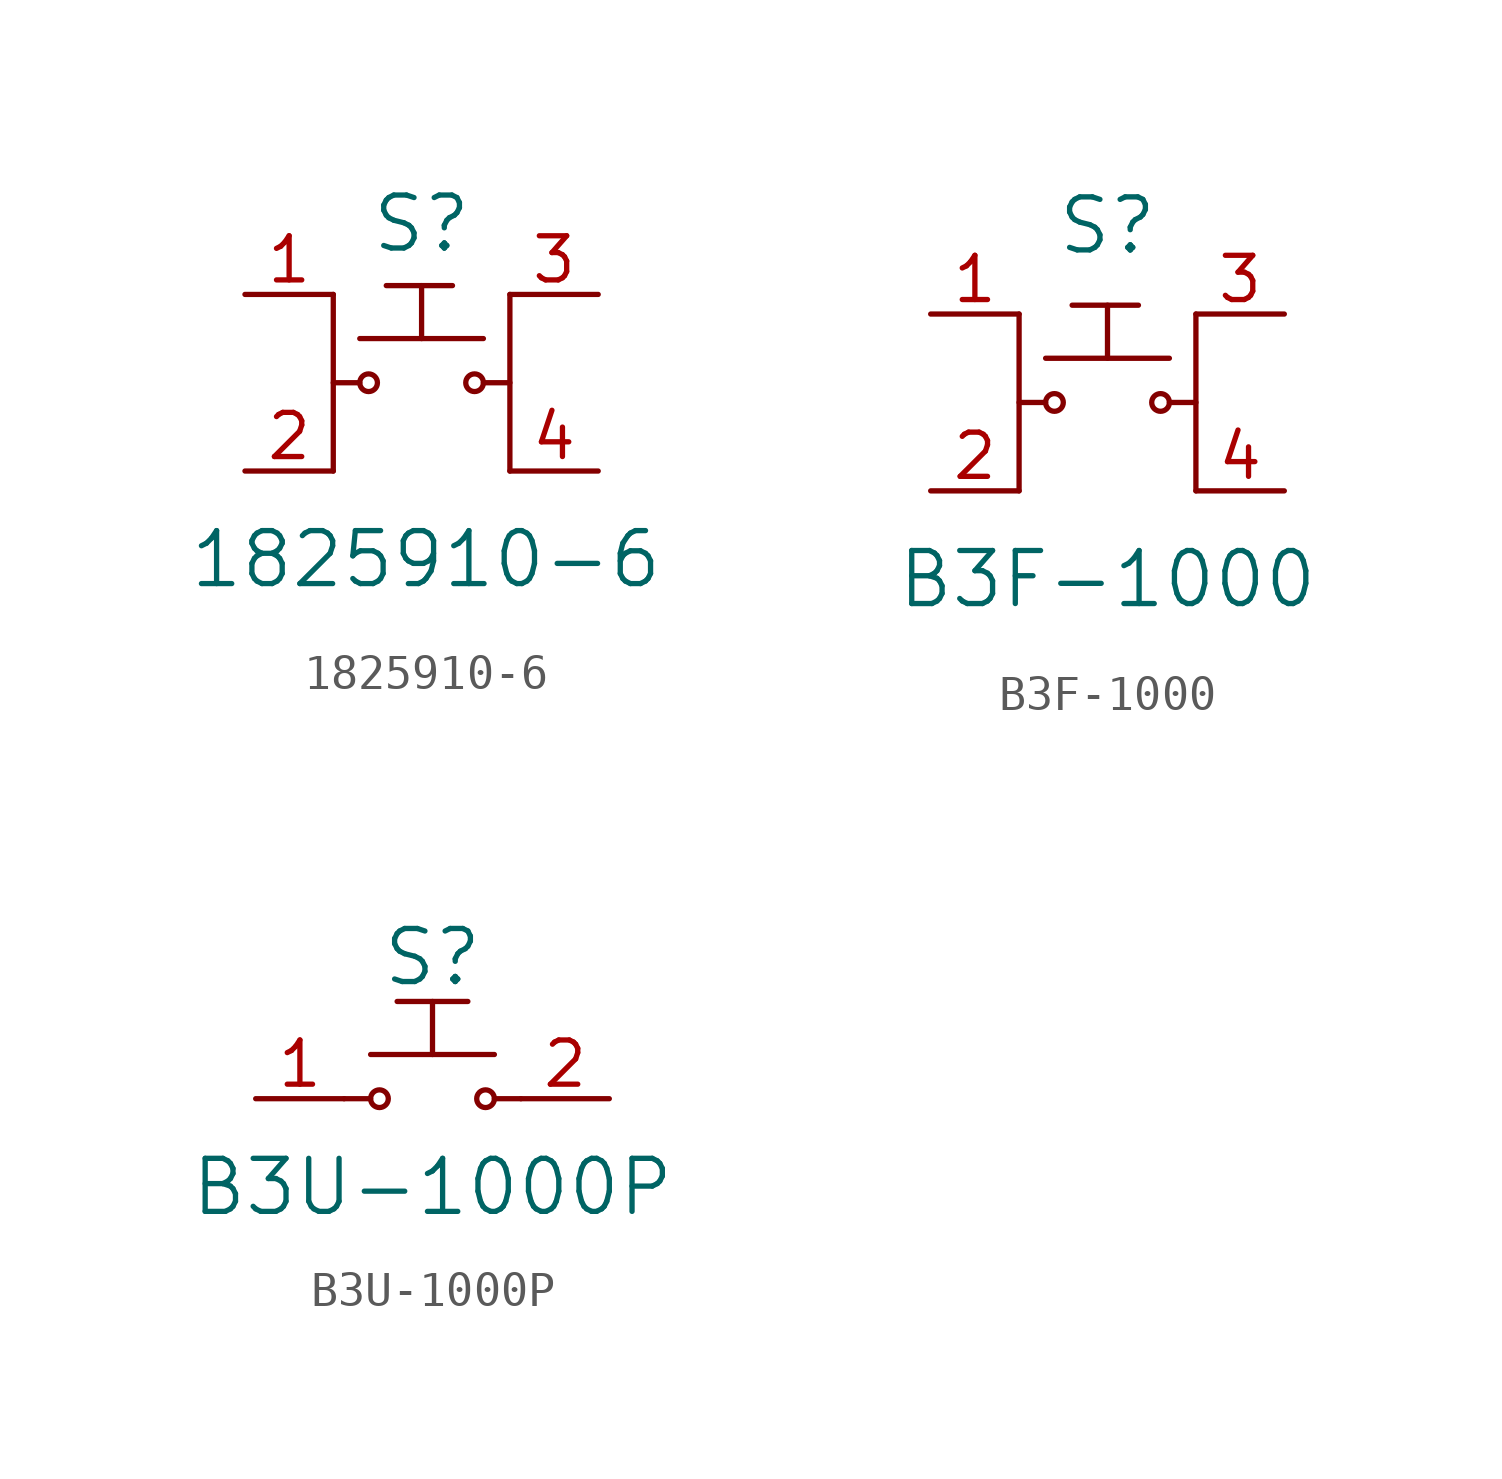
<source format=kicad_sym>
(kicad_symbol_lib
  (version 20220914)
  (generator kicad_symbol_editor)
  (symbol "1825910-6"
    (pin_names
      (offset 1.016))
    (property "Reference" "S"
      (at 0 4.572 0)
      (effects (font (size 1.524 1.524))))
    (property "Value" "1825910-6"
      (at 0.127 -5.08 0)
      (effects (font (size 1.524 1.524))))
    (symbol "1825910-6_0_1"
      (circle (center -1.524 0) (radius 0.254) (stroke (width 0) (type solid)) (fill (type none)))
      (polyline (pts (xy -2.54 2.54) (xy -2.54 -2.54)) (stroke (width 0) (type solid)) (fill (type none)))
      (polyline (pts (xy -1.778 0) (xy -2.54 0)) (stroke (width 0) (type solid)) (fill (type none)))
      (polyline (pts (xy -1.778 1.27) (xy 1.778 1.27)) (stroke (width 0) (type solid)) (fill (type none)))
      (polyline (pts (xy 2.54 -2.54) (xy 2.54 2.54)) (stroke (width 0) (type solid)) (fill (type none)))
      (polyline (pts (xy 2.54 0) (xy 1.778 0)) (stroke (width 0) (type solid)) (fill (type none)))
      (circle (center 1.524 0) (radius 0.254) (stroke (width 0) (type solid)) (fill (type none))))
    (symbol "1825910-6_1_1"
      (polyline (pts (xy -1.016 2.794) (xy 0.889 2.794)) (stroke (width 0) (type solid)) (fill (type none)))
      (polyline (pts (xy 0 2.794) (xy 0 1.27)) (stroke (width 0) (type solid)) (fill (type none)))
      (pin passive line (at -5.08 2.54 0) (length 2.54) (name "~" (effects (font (size 1.27 1.27)))) (number "1" (effects (font (size 1.27 1.27)))))
      (pin passive line (at -5.08 -2.54 0) (length 2.54) (name "~" (effects (font (size 1.27 1.27)))) (number "2" (effects (font (size 1.27 1.27)))))
      (pin passive line (at 5.08 2.54 180) (length 2.54) (name "~" (effects (font (size 1.27 1.27)))) (number "3" (effects (font (size 1.27 1.27)))))
      (pin passive line (at 5.08 -2.54 180) (length 2.54) (name "~" (effects (font (size 1.27 1.27)))) (number "4" (effects (font (size 1.27 1.27)))))))
  (symbol "B3F-1000"
    (pin_names
      (offset 1.016))
    (property "Reference" "S"
      (at 0 5.08 0)
      (effects (font (size 1.524 1.524))))
    (property "Value" "B3F-1000"
      (at 0 -5.08 0)
      (effects (font (size 1.524 1.524))))
    (symbol "B3F-1000_0_1"
      (circle (center -1.524 0) (radius 0.254) (stroke (width 0) (type solid)) (fill (type none)))
      (polyline (pts (xy -2.54 2.54) (xy -2.54 -2.54)) (stroke (width 0) (type solid)) (fill (type none)))
      (polyline (pts (xy -1.778 0) (xy -2.54 0)) (stroke (width 0) (type solid)) (fill (type none)))
      (polyline (pts (xy -1.778 1.27) (xy 1.778 1.27)) (stroke (width 0) (type solid)) (fill (type none)))
      (polyline (pts (xy 2.54 -2.54) (xy 2.54 2.54)) (stroke (width 0) (type solid)) (fill (type none)))
      (polyline (pts (xy 2.54 0) (xy 1.778 0)) (stroke (width 0) (type solid)) (fill (type none)))
      (circle (center 1.524 0) (radius 0.254) (stroke (width 0) (type solid)) (fill (type none))))
    (symbol "B3F-1000_1_1"
      (polyline (pts (xy -1.016 2.794) (xy 0.889 2.794)) (stroke (width 0) (type solid)) (fill (type none)))
      (polyline (pts (xy 0 2.794) (xy 0 1.27)) (stroke (width 0) (type solid)) (fill (type none)))
      (pin passive line (at -5.08 2.54 0) (length 2.54) (name "~" (effects (font (size 1.27 1.27)))) (number "1" (effects (font (size 1.27 1.27)))))
      (pin passive line (at -5.08 -2.54 0) (length 2.54) (name "~" (effects (font (size 1.27 1.27)))) (number "2" (effects (font (size 1.27 1.27)))))
      (pin passive line (at 5.08 2.54 180) (length 2.54) (name "~" (effects (font (size 1.27 1.27)))) (number "3" (effects (font (size 1.27 1.27)))))
      (pin passive line (at 5.08 -2.54 180) (length 2.54) (name "~" (effects (font (size 1.27 1.27)))) (number "4" (effects (font (size 1.27 1.27)))))))
  (symbol "B3U-1000P"
    (pin_names
      (offset 1.016))
    (property "Reference" "S"
      (at 0 4.064 0)
      (effects (font (size 1.524 1.524))))
    (property "Value" "B3U-1000P"
      (at 0 -2.54 0)
      (effects (font (size 1.524 1.524))))
    (symbol "B3U-1000P_0_1"
      (circle (center -1.524 0) (radius 0.254) (stroke (width 0) (type solid)) (fill (type none)))
      (polyline (pts (xy -2.54 0) (xy -1.778 0)) (stroke (width 0) (type solid)) (fill (type none)))
      (polyline (pts (xy -1.778 1.27) (xy 1.778 1.27)) (stroke (width 0) (type solid)) (fill (type none)))
      (polyline (pts (xy -1.016 2.794) (xy 1.016 2.794)) (stroke (width 0) (type solid)) (fill (type none)))
      (polyline (pts (xy 0 1.27) (xy 0 2.794)) (stroke (width 0) (type solid)) (fill (type none)))
      (polyline (pts (xy 2.54 0) (xy 1.778 0)) (stroke (width 0) (type solid)) (fill (type none)))
      (circle (center 1.524 0) (radius 0.254) (stroke (width 0) (type solid)) (fill (type none))))
    (symbol "B3U-1000P_1_1"
      (pin passive line (at -5.08 0 0) (length 2.54) (name "~" (effects (font (size 1.27 1.27)))) (number "1" (effects (font (size 1.27 1.27)))))
      (pin passive line (at 5.08 0 180) (length 2.54) (name "~" (effects (font (size 1.27 1.27)))) (number "2" (effects (font (size 1.27 1.27))))))))
</source>
